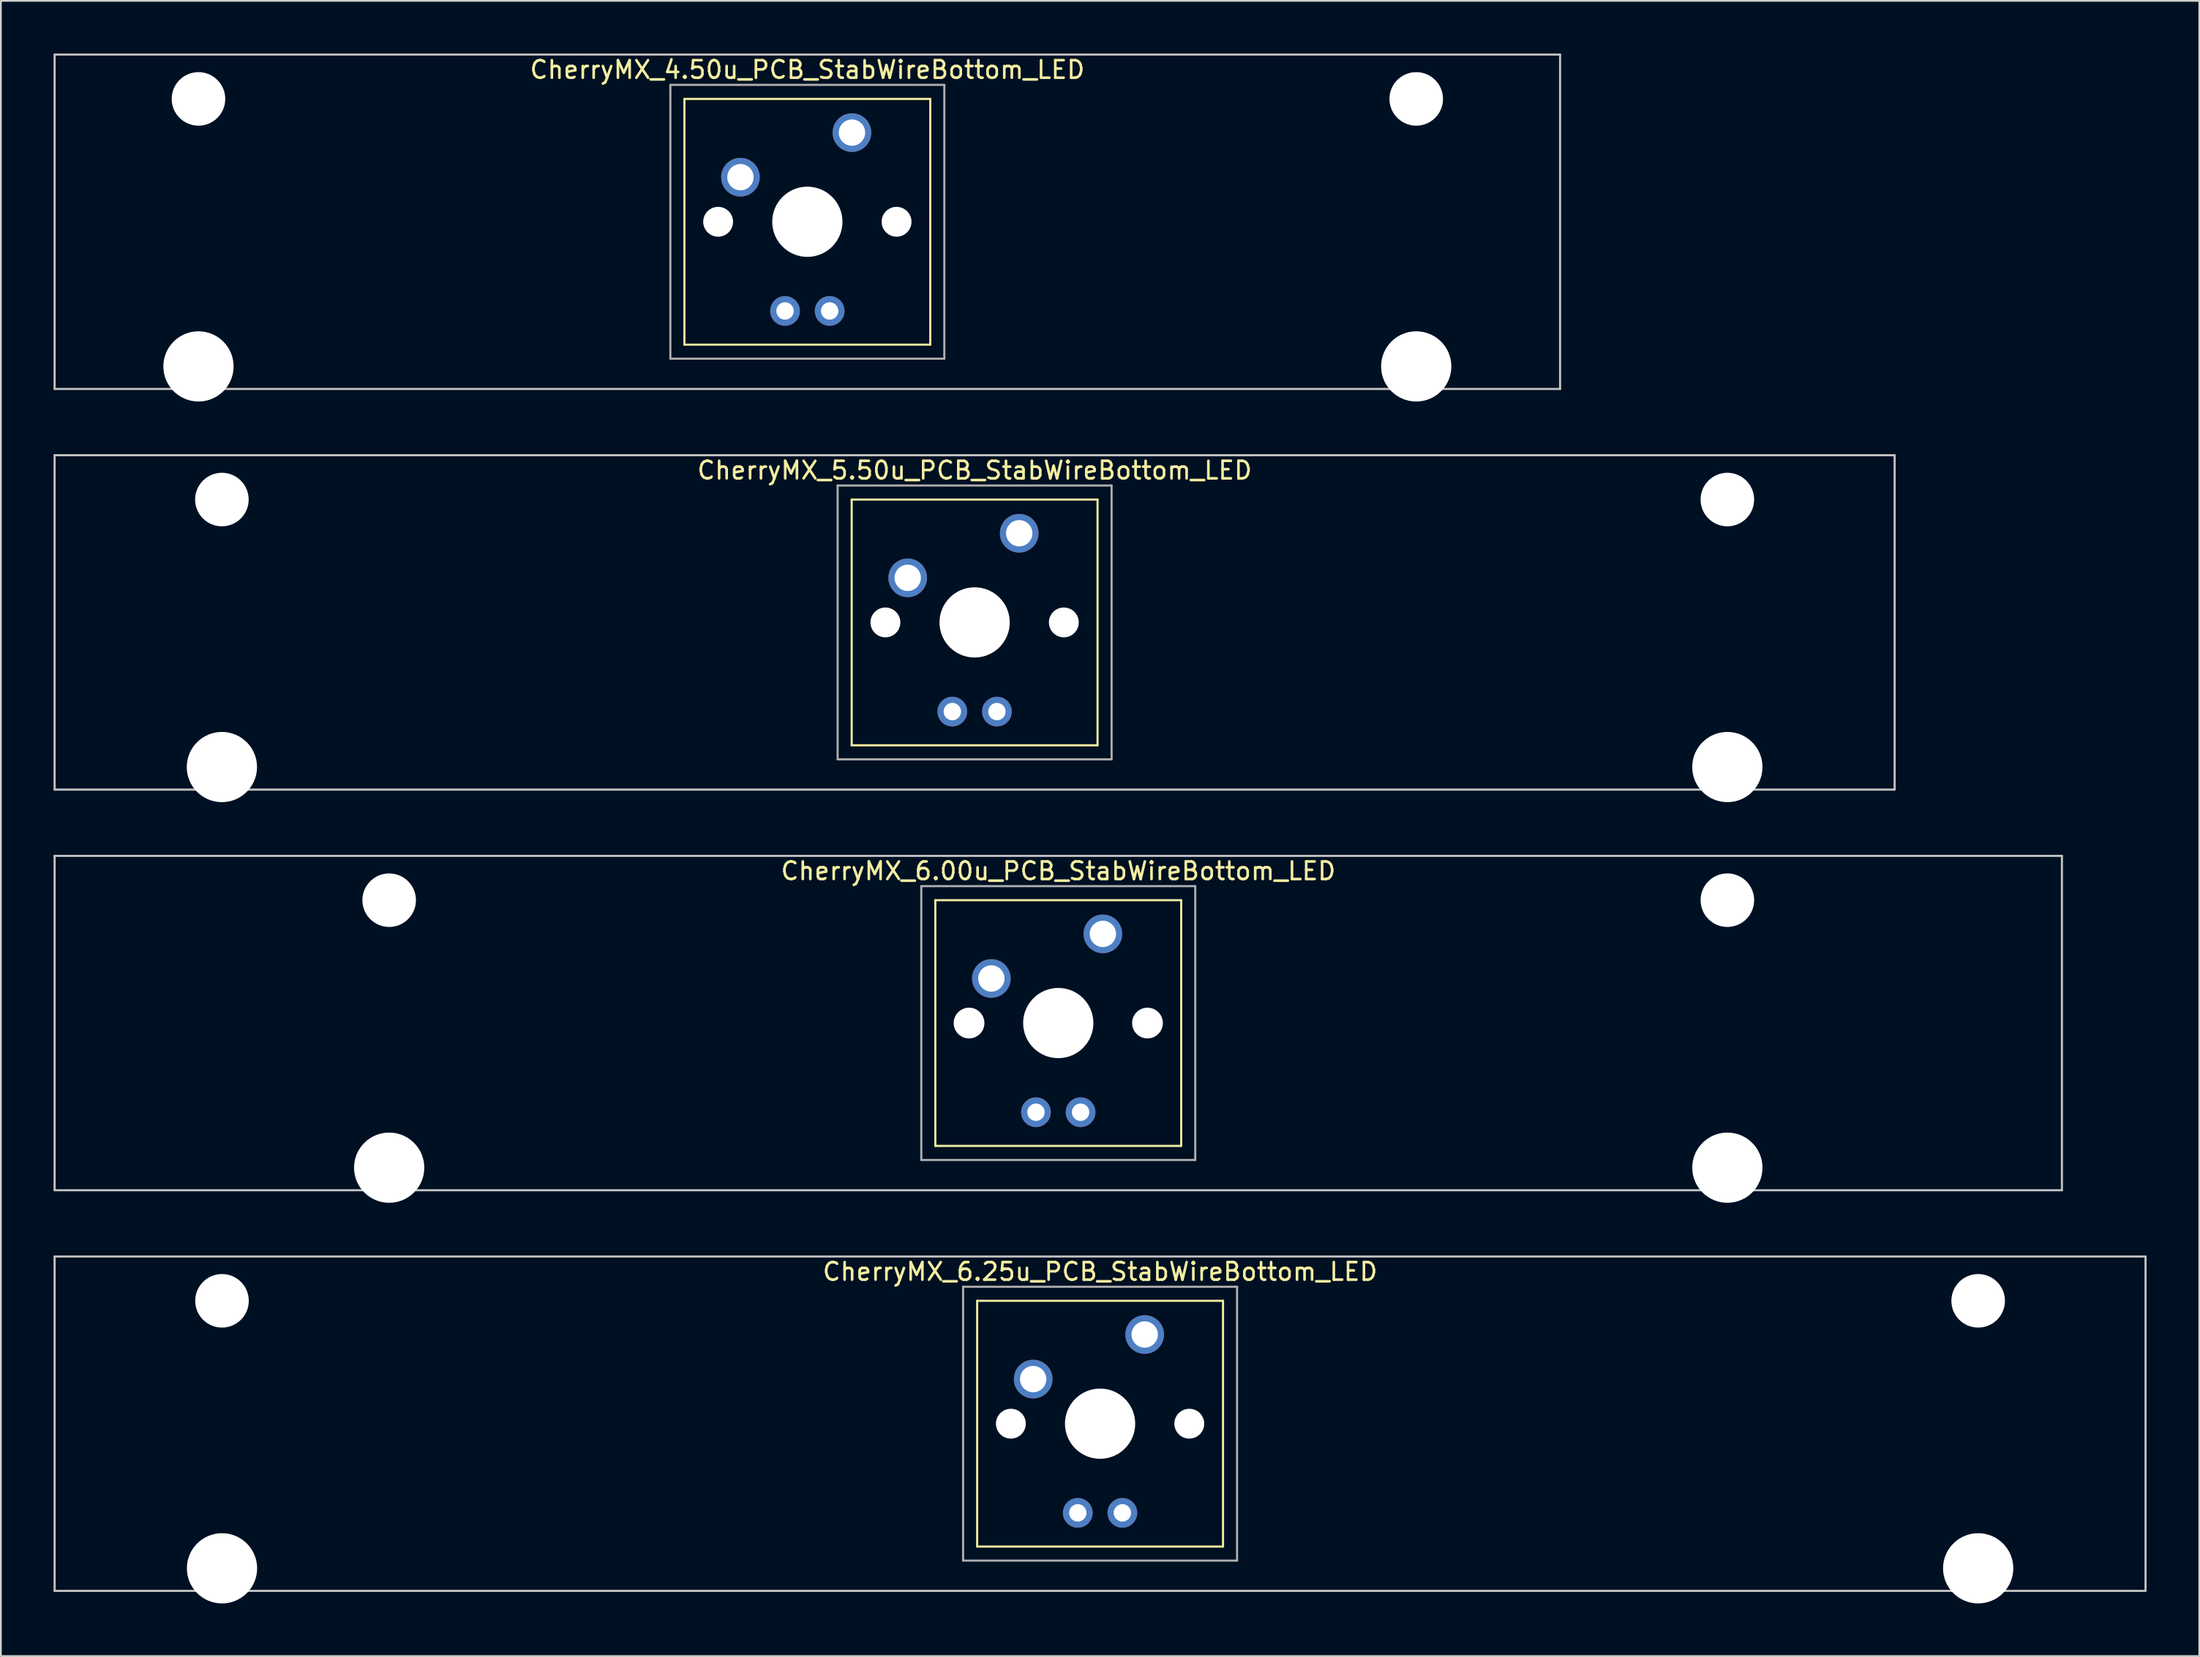
<source format=kicad_pcb>
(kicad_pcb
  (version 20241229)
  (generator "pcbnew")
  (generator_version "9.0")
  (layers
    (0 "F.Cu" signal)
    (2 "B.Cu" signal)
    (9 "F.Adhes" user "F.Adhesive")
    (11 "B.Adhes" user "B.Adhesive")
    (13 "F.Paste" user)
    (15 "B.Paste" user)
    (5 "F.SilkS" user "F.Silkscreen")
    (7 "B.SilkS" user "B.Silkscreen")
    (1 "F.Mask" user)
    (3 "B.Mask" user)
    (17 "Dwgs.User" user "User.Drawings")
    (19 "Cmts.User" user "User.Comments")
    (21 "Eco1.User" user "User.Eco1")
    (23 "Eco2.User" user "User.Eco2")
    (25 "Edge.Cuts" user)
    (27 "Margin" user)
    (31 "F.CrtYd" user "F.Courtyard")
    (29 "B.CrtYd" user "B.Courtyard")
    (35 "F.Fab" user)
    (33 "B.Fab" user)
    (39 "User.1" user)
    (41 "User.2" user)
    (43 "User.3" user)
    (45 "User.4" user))
  (footprint "CherryMX_6.25u_PCB_StabWireBottom_LED"
    (layer "F.Cu")
    (at 59.591 78.06)
    (property "Reference" "CherryMX_6.25u_PCB_StabWireBottom_LED" (at 0 -8.662 0) (layer "F.SilkS") (effects (font (size 1 1) (thickness 0.15))))
    (attr through_hole)
    (fp_line (start -7 -7) (end -7 7) (stroke (width 0.12) (type solid)) (layer "F.SilkS"))
    (fp_line (start -7 -7) (end 7 -7) (stroke (width 0.12) (type solid)) (layer "F.SilkS"))
    (fp_line (start 7 -7) (end 7 7) (stroke (width 0.12) (type solid)) (layer "F.SilkS"))
    (fp_line (start 7 7) (end -7 7) (stroke (width 0.12) (type solid)) (layer "F.SilkS"))
    (fp_line (start -59.531 -9.525) (end 59.531 -9.525) (stroke (width 0.12) (type solid)) (layer "Dwgs.User"))
    (fp_line (start -59.531 9.525) (end -59.531 -9.525) (stroke (width 0.12) (type solid)) (layer "Dwgs.User"))
    (fp_line (start 59.531 -9.525) (end 59.531 9.525) (stroke (width 0.12) (type solid)) (layer "Dwgs.User"))
    (fp_line (start 59.531 9.525) (end -59.531 9.525) (stroke (width 0.12) (type solid)) (layer "Dwgs.User"))
    (fp_line (start -7.8 -7.8) (end -7.8 7.8) (stroke (width 0.12) (type solid)) (layer "F.Fab"))
    (fp_line (start -7.8 -7.8) (end 7.8 -7.8) (stroke (width 0.12) (type solid)) (layer "F.Fab"))
    (fp_line (start -7.8 7.8) (end 7.8 7.8) (stroke (width 0.12) (type solid)) (layer "F.Fab"))
    (fp_line (start 7.8 -7.8) (end 7.8 7.8) (stroke (width 0.12) (type solid)) (layer "F.Fab"))
    (pad "" np_thru_hole circle (at -50 -7) (size 3.05 3.05) (drill 3.05) (layers "*.Cu" "*.Mask"))
    (pad "" np_thru_hole circle (at -50 8.24) (size 4 4) (drill 4) (layers "*.Cu" "*.Mask"))
    (pad "" np_thru_hole circle (at -5.08 0) (size 1.7 1.7) (drill 1.7) (layers "*.Cu" "*.Mask"))
    (pad "" np_thru_hole circle (at 0 0) (size 4 4) (drill 4) (layers "*.Cu" "*.Mask"))
    (pad "" np_thru_hole circle (at 5.08 0) (size 1.7 1.7) (drill 1.7) (layers "*.Cu" "*.Mask"))
    (pad "" np_thru_hole circle (at 50 -7) (size 3.05 3.05) (drill 3.05) (layers "*.Cu" "*.Mask"))
    (pad "" np_thru_hole circle (at 50 8.24) (size 4 4) (drill 4) (layers "*.Cu" "*.Mask"))
    (pad "1" thru_hole circle (at -3.81 -2.54) (size 2.2 2.2) (drill 1.5) (layers "*.Cu" "*.Mask"))
    (pad "2" thru_hole circle (at 2.54 -5.08) (size 2.2 2.2) (drill 1.5) (layers "*.Cu" "*.Mask"))
    (pad "3" thru_hole circle (at -1.27 5.08) (size 1.691 1.691) (drill 0.991) (layers "*.Cu" "*.Mask"))
    (pad "4" thru_hole circle (at 1.27 5.08) (size 1.691 1.691) (drill 0.991) (layers "*.Cu" "*.Mask")))
  (footprint "CherryMX_6.00u_PCB_StabWireBottom_LED"
    (layer "F.Cu")
    (at 57.21 55.235)
    (property "Reference" "CherryMX_6.00u_PCB_StabWireBottom_LED" (at 0 -8.662 0) (layer "F.SilkS") (effects (font (size 1 1) (thickness 0.15))))
    (attr through_hole)
    (fp_line (start -7 -7) (end -7 7) (stroke (width 0.12) (type solid)) (layer "F.SilkS"))
    (fp_line (start -7 -7) (end 7 -7) (stroke (width 0.12) (type solid)) (layer "F.SilkS"))
    (fp_line (start 7 -7) (end 7 7) (stroke (width 0.12) (type solid)) (layer "F.SilkS"))
    (fp_line (start 7 7) (end -7 7) (stroke (width 0.12) (type solid)) (layer "F.SilkS"))
    (fp_line (start -57.15 -9.525) (end 57.15 -9.525) (stroke (width 0.12) (type solid)) (layer "Dwgs.User"))
    (fp_line (start -57.15 9.525) (end -57.15 -9.525) (stroke (width 0.12) (type solid)) (layer "Dwgs.User"))
    (fp_line (start 57.15 -9.525) (end 57.15 9.525) (stroke (width 0.12) (type solid)) (layer "Dwgs.User"))
    (fp_line (start 57.15 9.525) (end -57.15 9.525) (stroke (width 0.12) (type solid)) (layer "Dwgs.User"))
    (fp_line (start -7.8 -7.8) (end -7.8 7.8) (stroke (width 0.12) (type solid)) (layer "F.Fab"))
    (fp_line (start -7.8 -7.8) (end 7.8 -7.8) (stroke (width 0.12) (type solid)) (layer "F.Fab"))
    (fp_line (start -7.8 7.8) (end 7.8 7.8) (stroke (width 0.12) (type solid)) (layer "F.Fab"))
    (fp_line (start 7.8 -7.8) (end 7.8 7.8) (stroke (width 0.12) (type solid)) (layer "F.Fab"))
    (pad "" np_thru_hole circle (at -38.1 -7) (size 3.05 3.05) (drill 3.05) (layers "*.Cu" "*.Mask"))
    (pad "" np_thru_hole circle (at -38.1 8.24) (size 4 4) (drill 4) (layers "*.Cu" "*.Mask"))
    (pad "" np_thru_hole circle (at -5.08 0) (size 1.75 1.75) (drill 1.75) (layers "*.Cu" "*.Mask"))
    (pad "" np_thru_hole circle (at 0 0) (size 4 4) (drill 4) (layers "*.Cu" "*.Mask"))
    (pad "" np_thru_hole circle (at 5.08 0) (size 1.75 1.75) (drill 1.75) (layers "*.Cu" "*.Mask"))
    (pad "" np_thru_hole circle (at 38.1 -7) (size 3.05 3.05) (drill 3.05) (layers "*.Cu" "*.Mask"))
    (pad "" np_thru_hole circle (at 38.1 8.24) (size 4 4) (drill 4) (layers "*.Cu" "*.Mask"))
    (pad "1" thru_hole circle (at -3.81 -2.54) (size 2.2 2.2) (drill 1.5) (layers "*.Cu" "*.Mask"))
    (pad "2" thru_hole circle (at 2.54 -5.08) (size 2.2 2.2) (drill 1.5) (layers "*.Cu" "*.Mask"))
    (pad "3" thru_hole circle (at -1.27 5.08) (size 1.691 1.691) (drill 0.991) (layers "*.Cu" "*.Mask"))
    (pad "4" thru_hole circle (at 1.27 5.08) (size 1.691 1.691) (drill 0.991) (layers "*.Cu" "*.Mask")))
  (footprint "CherryMX_4.50u_PCB_StabWireBottom_LED"
    (layer "F.Cu")
    (at 42.922 9.585)
    (property "Reference" "CherryMX_4.50u_PCB_StabWireBottom_LED" (at 0 -8.662 0) (layer "F.SilkS") (effects (font (size 1 1) (thickness 0.15))))
    (attr through_hole)
    (fp_line (start -7 -7) (end -7 7) (stroke (width 0.12) (type solid)) (layer "F.SilkS"))
    (fp_line (start -7 -7) (end 7 -7) (stroke (width 0.12) (type solid)) (layer "F.SilkS"))
    (fp_line (start 7 -7) (end 7 7) (stroke (width 0.12) (type solid)) (layer "F.SilkS"))
    (fp_line (start 7 7) (end -7 7) (stroke (width 0.12) (type solid)) (layer "F.SilkS"))
    (fp_line (start -42.862 -9.525) (end 42.862 -9.525) (stroke (width 0.12) (type solid)) (layer "Dwgs.User"))
    (fp_line (start -42.862 9.525) (end -42.862 -9.525) (stroke (width 0.12) (type solid)) (layer "Dwgs.User"))
    (fp_line (start 42.862 -9.525) (end 42.862 9.525) (stroke (width 0.12) (type solid)) (layer "Dwgs.User"))
    (fp_line (start 42.862 9.525) (end -42.862 9.525) (stroke (width 0.12) (type solid)) (layer "Dwgs.User"))
    (fp_line (start -7.8 -7.8) (end -7.8 7.8) (stroke (width 0.12) (type solid)) (layer "F.Fab"))
    (fp_line (start -7.8 -7.8) (end 7.8 -7.8) (stroke (width 0.12) (type solid)) (layer "F.Fab"))
    (fp_line (start -7.8 7.8) (end 7.8 7.8) (stroke (width 0.12) (type solid)) (layer "F.Fab"))
    (fp_line (start 7.8 -7.8) (end 7.8 7.8) (stroke (width 0.12) (type solid)) (layer "F.Fab"))
    (pad "" np_thru_hole circle (at -34.671 -7) (size 3.05 3.05) (drill 3.05) (layers "*.Cu" "*.Mask"))
    (pad "" np_thru_hole circle (at -34.671 8.24) (size 4 4) (drill 4) (layers "*.Cu" "*.Mask"))
    (pad "" np_thru_hole circle (at -5.08 0) (size 1.7 1.7) (drill 1.7) (layers "*.Cu" "*.Mask"))
    (pad "" np_thru_hole circle (at 0 0) (size 4 4) (drill 4) (layers "*.Cu" "*.Mask"))
    (pad "" np_thru_hole circle (at 5.08 0) (size 1.7 1.7) (drill 1.7) (layers "*.Cu" "*.Mask"))
    (pad "" np_thru_hole circle (at 34.671 -7) (size 3.05 3.05) (drill 3.05) (layers "*.Cu" "*.Mask"))
    (pad "" np_thru_hole circle (at 34.671 8.24) (size 4 4) (drill 4) (layers "*.Cu" "*.Mask"))
    (pad "1" thru_hole circle (at -3.81 -2.54) (size 2.2 2.2) (drill 1.5) (layers "*.Cu" "*.Mask"))
    (pad "2" thru_hole circle (at 2.54 -5.08) (size 2.2 2.2) (drill 1.5) (layers "*.Cu" "*.Mask"))
    (pad "3" thru_hole circle (at -1.27 5.08) (size 1.691 1.691) (drill 0.991) (layers "*.Cu" "*.Mask"))
    (pad "4" thru_hole circle (at 1.27 5.08) (size 1.691 1.691) (drill 0.991) (layers "*.Cu" "*.Mask")))
  (footprint "CherryMX_5.50u_PCB_StabWireBottom_LED"
    (layer "F.Cu")
    (at 52.447 32.41)
    (property "Reference" "CherryMX_5.50u_PCB_StabWireBottom_LED" (at 0 -8.662 0) (layer "F.SilkS") (effects (font (size 1 1) (thickness 0.15))))
    (attr through_hole)
    (fp_line (start -7 -7) (end -7 7) (stroke (width 0.12) (type solid)) (layer "F.SilkS"))
    (fp_line (start -7 -7) (end 7 -7) (stroke (width 0.12) (type solid)) (layer "F.SilkS"))
    (fp_line (start 7 -7) (end 7 7) (stroke (width 0.12) (type solid)) (layer "F.SilkS"))
    (fp_line (start 7 7) (end -7 7) (stroke (width 0.12) (type solid)) (layer "F.SilkS"))
    (fp_line (start -52.388 -9.525) (end 52.388 -9.525) (stroke (width 0.12) (type solid)) (layer "Dwgs.User"))
    (fp_line (start -52.388 9.525) (end -52.388 -9.525) (stroke (width 0.12) (type solid)) (layer "Dwgs.User"))
    (fp_line (start 52.388 -9.525) (end 52.388 9.525) (stroke (width 0.12) (type solid)) (layer "Dwgs.User"))
    (fp_line (start 52.388 9.525) (end -52.388 9.525) (stroke (width 0.12) (type solid)) (layer "Dwgs.User"))
    (fp_line (start -7.8 -7.8) (end -7.8 7.8) (stroke (width 0.12) (type solid)) (layer "F.Fab"))
    (fp_line (start -7.8 -7.8) (end 7.8 -7.8) (stroke (width 0.12) (type solid)) (layer "F.Fab"))
    (fp_line (start -7.8 7.8) (end 7.8 7.8) (stroke (width 0.12) (type solid)) (layer "F.Fab"))
    (fp_line (start 7.8 -7.8) (end 7.8 7.8) (stroke (width 0.12) (type solid)) (layer "F.Fab"))
    (pad "" np_thru_hole circle (at -42.862 -7) (size 3.05 3.05) (drill 3.05) (layers "*.Cu" "*.Mask"))
    (pad "" np_thru_hole circle (at -42.862 8.24) (size 4 4) (drill 4) (layers "*.Cu" "*.Mask"))
    (pad "" np_thru_hole circle (at -5.08 0) (size 1.7 1.7) (drill 1.7) (layers "*.Cu" "*.Mask"))
    (pad "" np_thru_hole circle (at 0 0) (size 4 4) (drill 4) (layers "*.Cu" "*.Mask"))
    (pad "" np_thru_hole circle (at 5.08 0) (size 1.7 1.7) (drill 1.7) (layers "*.Cu" "*.Mask"))
    (pad "" np_thru_hole circle (at 42.862 -7) (size 3.05 3.05) (drill 3.05) (layers "*.Cu" "*.Mask"))
    (pad "" np_thru_hole circle (at 42.862 8.24) (size 4 4) (drill 4) (layers "*.Cu" "*.Mask"))
    (pad "1" thru_hole circle (at -3.81 -2.54) (size 2.2 2.2) (drill 1.5) (layers "*.Cu" "*.Mask"))
    (pad "2" thru_hole circle (at 2.54 -5.08) (size 2.2 2.2) (drill 1.5) (layers "*.Cu" "*.Mask"))
    (pad "3" thru_hole circle (at -1.27 5.08) (size 1.691 1.691) (drill 0.991) (layers "*.Cu" "*.Mask"))
    (pad "4" thru_hole circle (at 1.27 5.08) (size 1.691 1.691) (drill 0.991) (layers "*.Cu" "*.Mask")))
  (gr_rect
    (start -3 -3)
    (end 122.183 91.3)
    (stroke (width 0.1) (type default))
    (fill no)
    (layer "Edge.Cuts")))
</source>
